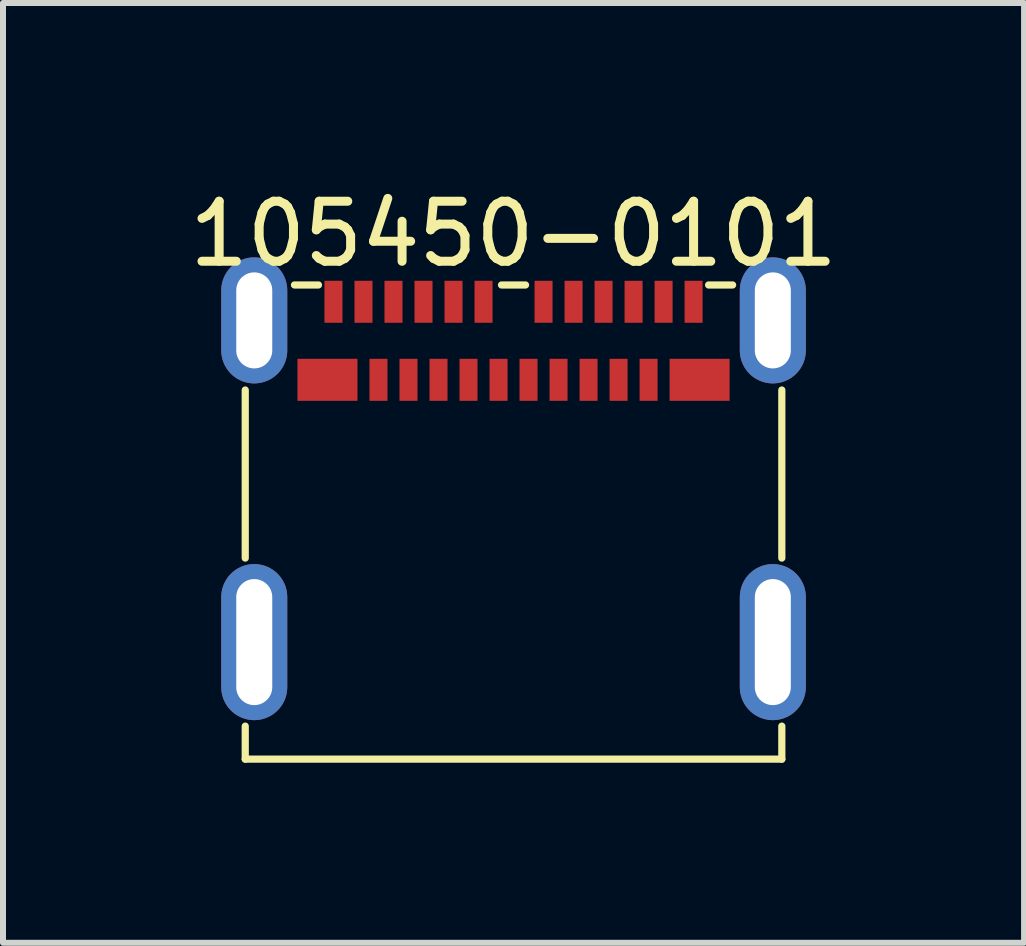
<source format=kicad_pcb>
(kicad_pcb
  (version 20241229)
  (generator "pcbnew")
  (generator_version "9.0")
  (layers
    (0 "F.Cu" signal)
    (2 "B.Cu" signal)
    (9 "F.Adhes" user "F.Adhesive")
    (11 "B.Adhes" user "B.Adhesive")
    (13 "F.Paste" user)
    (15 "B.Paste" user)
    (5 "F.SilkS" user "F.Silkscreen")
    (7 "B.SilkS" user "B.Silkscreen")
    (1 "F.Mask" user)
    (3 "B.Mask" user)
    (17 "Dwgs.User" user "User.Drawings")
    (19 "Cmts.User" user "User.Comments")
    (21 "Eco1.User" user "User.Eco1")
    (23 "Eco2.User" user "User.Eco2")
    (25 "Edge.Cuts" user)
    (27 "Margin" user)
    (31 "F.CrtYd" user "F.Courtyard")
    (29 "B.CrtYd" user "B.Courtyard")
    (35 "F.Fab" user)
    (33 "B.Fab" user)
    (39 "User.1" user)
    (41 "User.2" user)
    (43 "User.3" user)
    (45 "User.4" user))
  (footprint "105450-0101"
    (layer "F.Cu")
    (at 5.506 5.648)
    (property "Reference" "105450-0101" (at 0 -4.8 180) (layer "F.SilkS") (effects (font (size 1 1) (thickness 0.15))))
    (attr through_hole)
    (fp_line (start -4.47 -2.2) (end -4.47 0.6) (stroke (width 0.12) (type solid)) (layer "F.SilkS"))
    (fp_line (start -4.47 3.95) (end -4.47 3.4) (stroke (width 0.12) (type solid)) (layer "F.SilkS"))
    (fp_line (start -4.47 3.95) (end 4.47 3.95) (stroke (width 0.12) (type solid)) (layer "F.SilkS"))
    (fp_line (start -3.65 -3.95) (end -3.25 -3.95) (stroke (width 0.12) (type solid)) (layer "F.SilkS"))
    (fp_line (start -0.2 -3.95) (end 0.2 -3.95) (stroke (width 0.12) (type solid)) (layer "F.SilkS"))
    (fp_line (start 3.65 -3.95) (end 3.25 -3.95) (stroke (width 0.12) (type solid)) (layer "F.SilkS"))
    (fp_line (start 4.47 -2.2) (end 4.47 0.6) (stroke (width 0.12) (type solid)) (layer "F.SilkS"))
    (fp_line (start 4.47 3.95) (end 4.47 3.4) (stroke (width 0.12) (type solid)) (layer "F.SilkS"))
    (pad "A1" smd rect (at -3 -3.67) (size 0.3 0.7) (layers "F.Cu" "F.Mask" "F.Paste"))
    (pad "A2" smd rect (at -2.5 -3.67) (size 0.3 0.7) (layers "F.Cu" "F.Mask" "F.Paste"))
    (pad "A3" smd rect (at -2 -3.67) (size 0.3 0.7) (layers "F.Cu" "F.Mask" "F.Paste"))
    (pad "A4" smd rect (at -1.5 -3.67) (size 0.3 0.7) (layers "F.Cu" "F.Mask" "F.Paste"))
    (pad "A5" smd rect (at -1 -3.67) (size 0.3 0.7) (layers "F.Cu" "F.Mask" "F.Paste"))
    (pad "A6" smd rect (at -0.5 -3.67) (size 0.3 0.7) (layers "F.Cu" "F.Mask" "F.Paste"))
    (pad "A7" smd rect (at 0.5 -3.67) (size 0.3 0.7) (layers "F.Cu" "F.Mask" "F.Paste"))
    (pad "A8" smd rect (at 1 -3.67) (size 0.3 0.7) (layers "F.Cu" "F.Mask" "F.Paste"))
    (pad "A9" smd rect (at 1.5 -3.67) (size 0.3 0.7) (layers "F.Cu" "F.Mask" "F.Paste"))
    (pad "A10" smd rect (at 2 -3.67) (size 0.3 0.7) (layers "F.Cu" "F.Mask" "F.Paste"))
    (pad "A11" smd rect (at 2.5 -3.67) (size 0.3 0.7) (layers "F.Cu" "F.Mask" "F.Paste"))
    (pad "A12" smd rect (at 3 -3.67) (size 0.3 0.7) (layers "F.Cu" "F.Mask" "F.Paste"))
    (pad "B1" smd rect (at 3.1 -2.37) (size 1 0.7) (layers "F.Cu" "F.Mask" "F.Paste"))
    (pad "B2" smd rect (at 2.25 -2.37) (size 0.3 0.7) (layers "F.Cu" "F.Mask" "F.Paste"))
    (pad "B3" smd rect (at 1.75 -2.37) (size 0.3 0.7) (layers "F.Cu" "F.Mask" "F.Paste"))
    (pad "B4" smd rect (at 1.25 -2.37) (size 0.3 0.7) (layers "F.Cu" "F.Mask" "F.Paste"))
    (pad "B5" smd rect (at 0.75 -2.37) (size 0.3 0.7) (layers "F.Cu" "F.Mask" "F.Paste"))
    (pad "B6" smd rect (at 0.25 -2.37) (size 0.3 0.7) (layers "F.Cu" "F.Mask" "F.Paste"))
    (pad "B7" smd rect (at -0.25 -2.37) (size 0.3 0.7) (layers "F.Cu" "F.Mask" "F.Paste"))
    (pad "B8" smd rect (at -0.75 -2.37) (size 0.3 0.7) (layers "F.Cu" "F.Mask" "F.Paste"))
    (pad "B9" smd rect (at -1.25 -2.37) (size 0.3 0.7) (layers "F.Cu" "F.Mask" "F.Paste"))
    (pad "B10" smd rect (at -1.75 -2.37) (size 0.3 0.7) (layers "F.Cu" "F.Mask" "F.Paste"))
    (pad "B11" smd rect (at -2.25 -2.37) (size 0.3 0.7) (layers "F.Cu" "F.Mask" "F.Paste"))
    (pad "B12" smd rect (at -3.1 -2.37) (size 1 0.7) (layers "F.Cu" "F.Mask" "F.Paste"))
    (pad "S1" thru_hole oval (at -4.32 -3.36) (size 1.1 2.1) (drill oval 0.6 1.6) (layers "*.Cu" "*.Mask"))
    (pad "S1" thru_hole oval (at -4.32 2) (size 1.1 2.6) (drill oval 0.6 2.1) (layers "*.Cu" "*.Mask"))
    (pad "S1" thru_hole oval (at 4.32 -3.36) (size 1.1 2.1) (drill oval 0.6 1.6) (layers "*.Cu" "*.Mask"))
    (pad "S1" thru_hole oval (at 4.32 2) (size 1.1 2.6) (drill oval 0.6 2.1) (layers "*.Cu" "*.Mask")))
  (gr_rect
    (start -3 -3)
    (end 14.012 12.658)
    (stroke (width 0.1) (type default))
    (fill no)
    (layer "Edge.Cuts")))
</source>
